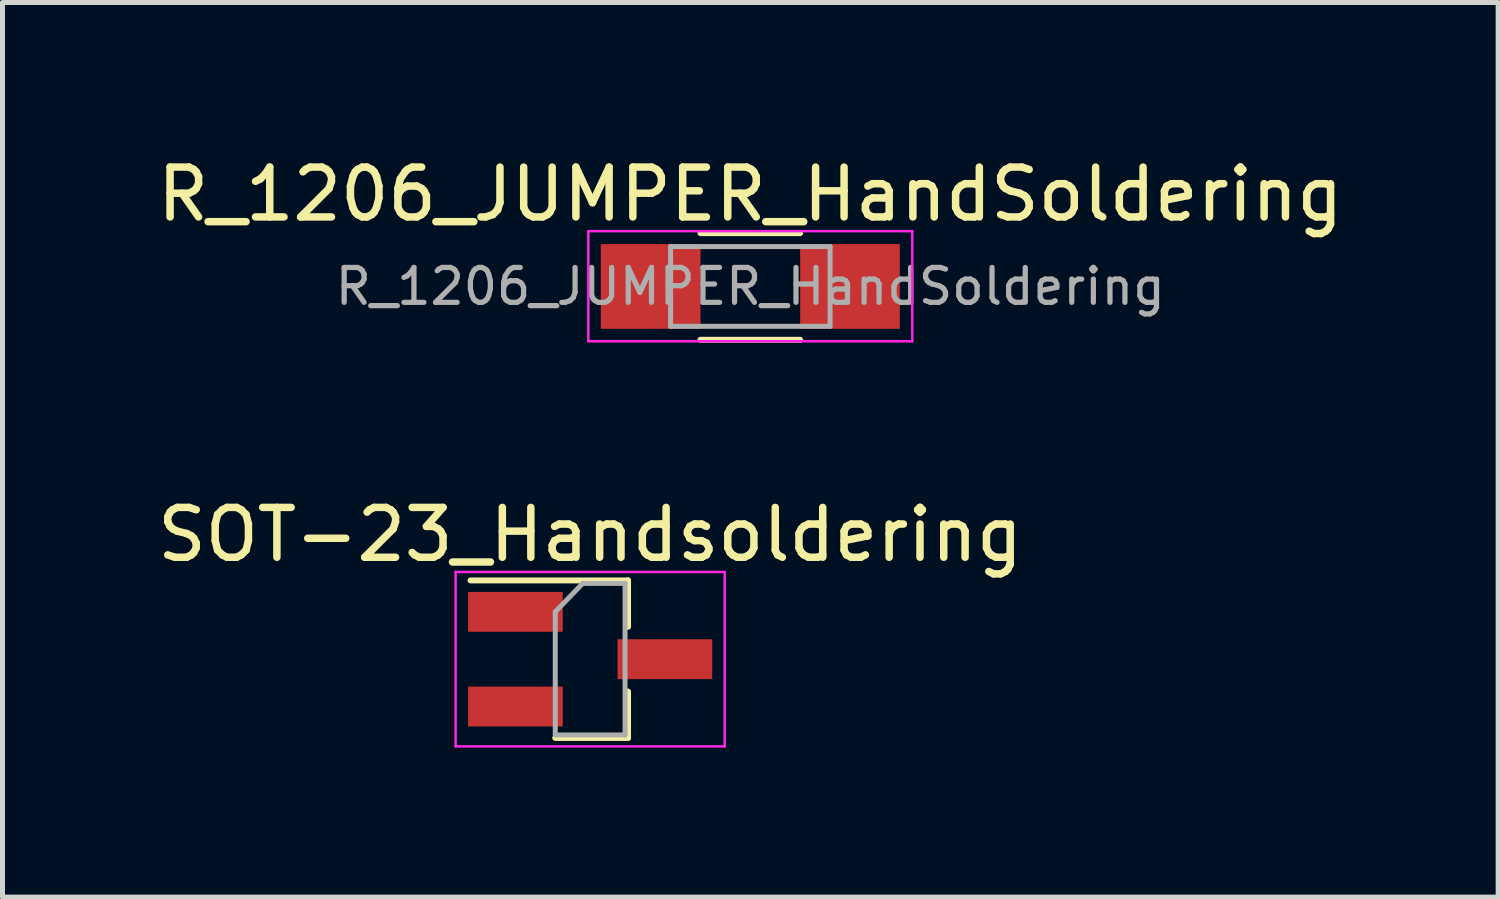
<source format=kicad_pcb>
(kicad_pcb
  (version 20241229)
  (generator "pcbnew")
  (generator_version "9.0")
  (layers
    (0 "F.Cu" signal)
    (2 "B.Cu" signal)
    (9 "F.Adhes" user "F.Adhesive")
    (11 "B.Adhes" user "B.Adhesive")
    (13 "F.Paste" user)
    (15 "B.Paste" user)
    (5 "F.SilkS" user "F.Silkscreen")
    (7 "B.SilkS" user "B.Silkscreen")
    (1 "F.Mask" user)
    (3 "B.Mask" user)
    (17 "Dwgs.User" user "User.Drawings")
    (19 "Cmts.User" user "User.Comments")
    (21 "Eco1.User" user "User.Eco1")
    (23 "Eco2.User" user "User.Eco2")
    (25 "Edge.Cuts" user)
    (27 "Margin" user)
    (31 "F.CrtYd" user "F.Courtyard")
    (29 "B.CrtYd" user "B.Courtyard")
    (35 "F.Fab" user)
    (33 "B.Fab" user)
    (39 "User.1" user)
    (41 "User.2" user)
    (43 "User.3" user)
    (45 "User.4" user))
  (footprint "R_1206_JUMPER_HandSoldering"
    (layer "F.Cu")
    (at 12.006 2.698)
    (property "Reference" "R_1206_JUMPER_HandSoldering" (at 0 -1.85 0) (layer "F.SilkS") (effects (font (size 1 1) (thickness 0.15))))
    (attr smd)
    (fp_line (start -1 -1.07) (end 1 -1.07) (stroke (width 0.12) (type solid)) (layer "F.SilkS"))
    (fp_line (start 1 1.07) (end -1 1.07) (stroke (width 0.12) (type solid)) (layer "F.SilkS"))
    (fp_line (start -3.25 -1.11) (end -3.25 1.1) (stroke (width 0.05) (type solid)) (layer "F.CrtYd"))
    (fp_line (start -3.25 -1.11) (end 3.25 -1.11) (stroke (width 0.05) (type solid)) (layer "F.CrtYd"))
    (fp_line (start 3.25 1.1) (end -3.25 1.1) (stroke (width 0.05) (type solid)) (layer "F.CrtYd"))
    (fp_line (start 3.25 1.1) (end 3.25 -1.11) (stroke (width 0.05) (type solid)) (layer "F.CrtYd"))
    (fp_line (start -1.6 -0.8) (end 1.6 -0.8) (stroke (width 0.1) (type solid)) (layer "F.Fab"))
    (fp_line (start -1.6 0.8) (end -1.6 -0.8) (stroke (width 0.1) (type solid)) (layer "F.Fab"))
    (fp_line (start 1.6 -0.8) (end 1.6 0.8) (stroke (width 0.1) (type solid)) (layer "F.Fab"))
    (fp_line (start 1.6 0.8) (end -1.6 0.8) (stroke (width 0.1) (type solid)) (layer "F.Fab"))
    (fp_text user "${REFERENCE}" (at 0 0 0) (layer "F.Fab") (effects (font (size 0.7 0.7) (thickness 0.105))))
    (pad "1" smd rect (at -2 0) (size 2 1.7) (layers "F.Cu" "F.Mask" "F.Paste"))
    (pad "2" smd rect (at 2 0) (size 2 1.7) (layers "F.Cu" "F.Mask" "F.Paste")))
  (footprint "SOT-23_Handsoldering"
    (layer "F.Cu")
    (at 8.792 10.177)
    (property "Reference" "SOT-23_Handsoldering" (at 0 -2.5 0) (layer "F.SilkS") (effects (font (size 1 1) (thickness 0.15))))
    (attr through_hole)
    (fp_line (start 0.76 -1.58) (end -2.4 -1.58) (stroke (width 0.12) (type solid)) (layer "F.SilkS"))
    (fp_line (start 0.76 -1.58) (end 0.76 -0.65) (stroke (width 0.12) (type solid)) (layer "F.SilkS"))
    (fp_line (start 0.76 1.58) (end -0.7 1.58) (stroke (width 0.12) (type solid)) (layer "F.SilkS"))
    (fp_line (start 0.76 1.58) (end 0.76 0.65) (stroke (width 0.12) (type solid)) (layer "F.SilkS"))
    (fp_line (start -2.7 -1.75) (end 2.7 -1.75) (stroke (width 0.05) (type solid)) (layer "F.CrtYd"))
    (fp_line (start -2.7 1.75) (end -2.7 -1.75) (stroke (width 0.05) (type solid)) (layer "F.CrtYd"))
    (fp_line (start 2.7 -1.75) (end 2.7 1.75) (stroke (width 0.05) (type solid)) (layer "F.CrtYd"))
    (fp_line (start 2.7 1.75) (end -2.7 1.75) (stroke (width 0.05) (type solid)) (layer "F.CrtYd"))
    (fp_line (start -0.7 -0.95) (end -0.7 1.5) (stroke (width 0.1) (type solid)) (layer "F.Fab"))
    (fp_line (start -0.7 -0.95) (end -0.15 -1.52) (stroke (width 0.1) (type solid)) (layer "F.Fab"))
    (fp_line (start -0.7 1.52) (end 0.7 1.52) (stroke (width 0.1) (type solid)) (layer "F.Fab"))
    (fp_line (start -0.15 -1.52) (end 0.7 -1.52) (stroke (width 0.1) (type solid)) (layer "F.Fab"))
    (fp_line (start 0.7 -1.52) (end 0.7 1.52) (stroke (width 0.1) (type solid)) (layer "F.Fab"))
    (pad "D" smd rect (at 1.5 0) (size 1.9 0.8) (layers "F.Cu" "F.Mask" "F.Paste"))
    (pad "G" smd rect (at -1.5 -0.95) (size 1.9 0.8) (layers "F.Cu" "F.Mask" "F.Paste"))
    (pad "S" smd rect (at -1.5 0.95) (size 1.9 0.8) (layers "F.Cu" "F.Mask" "F.Paste")))
  (gr_rect
    (start -3 -3)
    (end 27.012 14.951)
    (stroke (width 0.1) (type default))
    (fill no)
    (layer "Edge.Cuts")))
</source>
